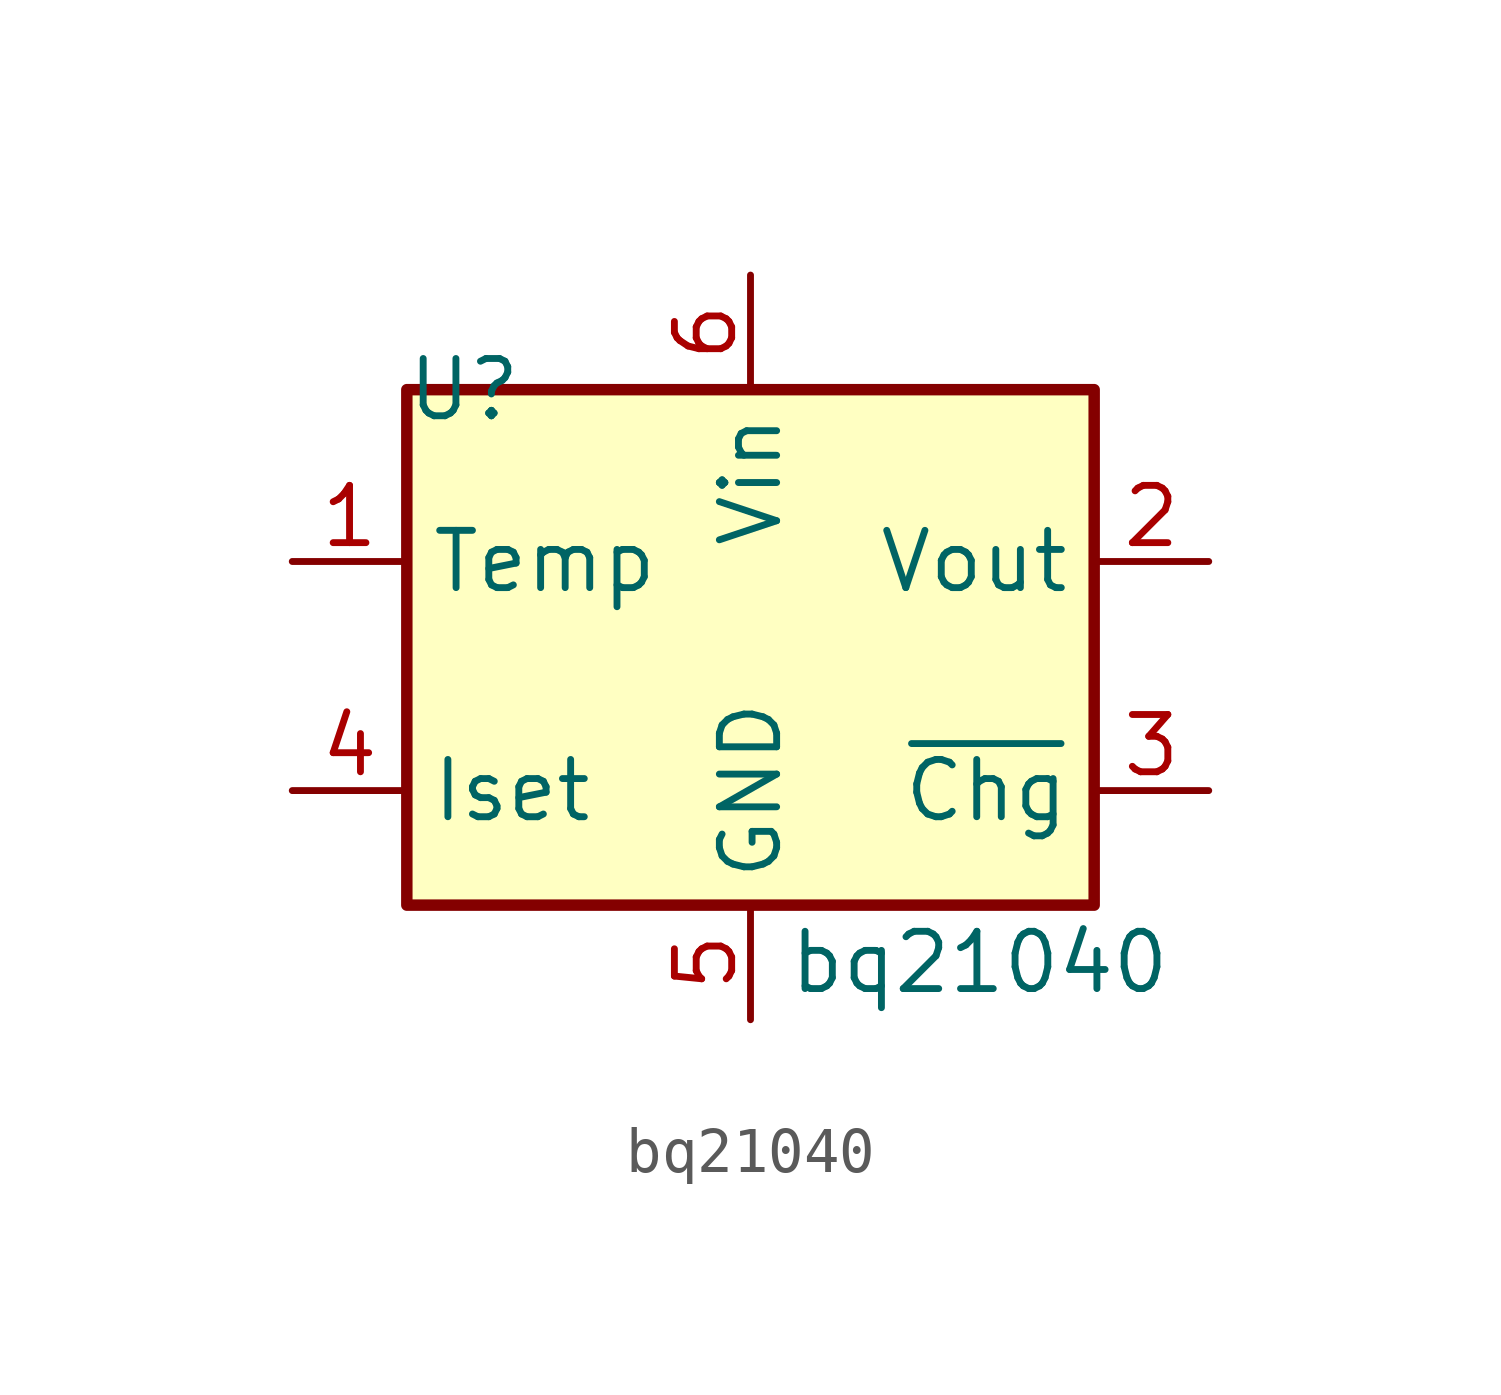
<source format=kicad_sym>
(kicad_symbol_lib
  (version 20220914)
  (generator kicad_symbol_editor)
  (symbol "bq21040"
    (property "Reference" "U"
      (at -6.35 6.35 0)
      (effects (font (size 1.27 1.27))))
    (property "Value" "bq21040"
      (at 5.08 -6.35 0)
      (effects (font (size 1.27 1.27))))
    (symbol "bq21040_0_1"
      (rectangle (start -7.62 6.35) (end 7.62 -5.08) (stroke (width 0.254) (type default)) (fill (type background))))
    (symbol "bq21040_1_1"
      (pin input line (at -10.16 2.54 0) (length 2.54) (name "Temp" (effects (font (size 1.27 1.27)))) (number "1" (effects (font (size 1.27 1.27)))))
      (pin power_out line (at 10.16 2.54 180) (length 2.54) (name "Vout" (effects (font (size 1.27 1.27)))) (number "2" (effects (font (size 1.27 1.27)))))
      (pin output line (at 10.16 -2.54 180) (length 2.54) (name "~{Chg}" (effects (font (size 1.27 1.27)))) (number "3" (effects (font (size 1.27 1.27)))))
      (pin input line (at -10.16 -2.54 0) (length 2.54) (name "Iset" (effects (font (size 1.27 1.27)))) (number "4" (effects (font (size 1.27 1.27)))))
      (pin power_in line (at 0 -7.62 90) (length 2.54) (name "GND" (effects (font (size 1.27 1.27)))) (number "5" (effects (font (size 1.27 1.27)))))
      (pin power_in line (at 0 8.89 270) (length 2.54) (name "Vin" (effects (font (size 1.27 1.27)))) (number "6" (effects (font (size 1.27 1.27))))))))
</source>
